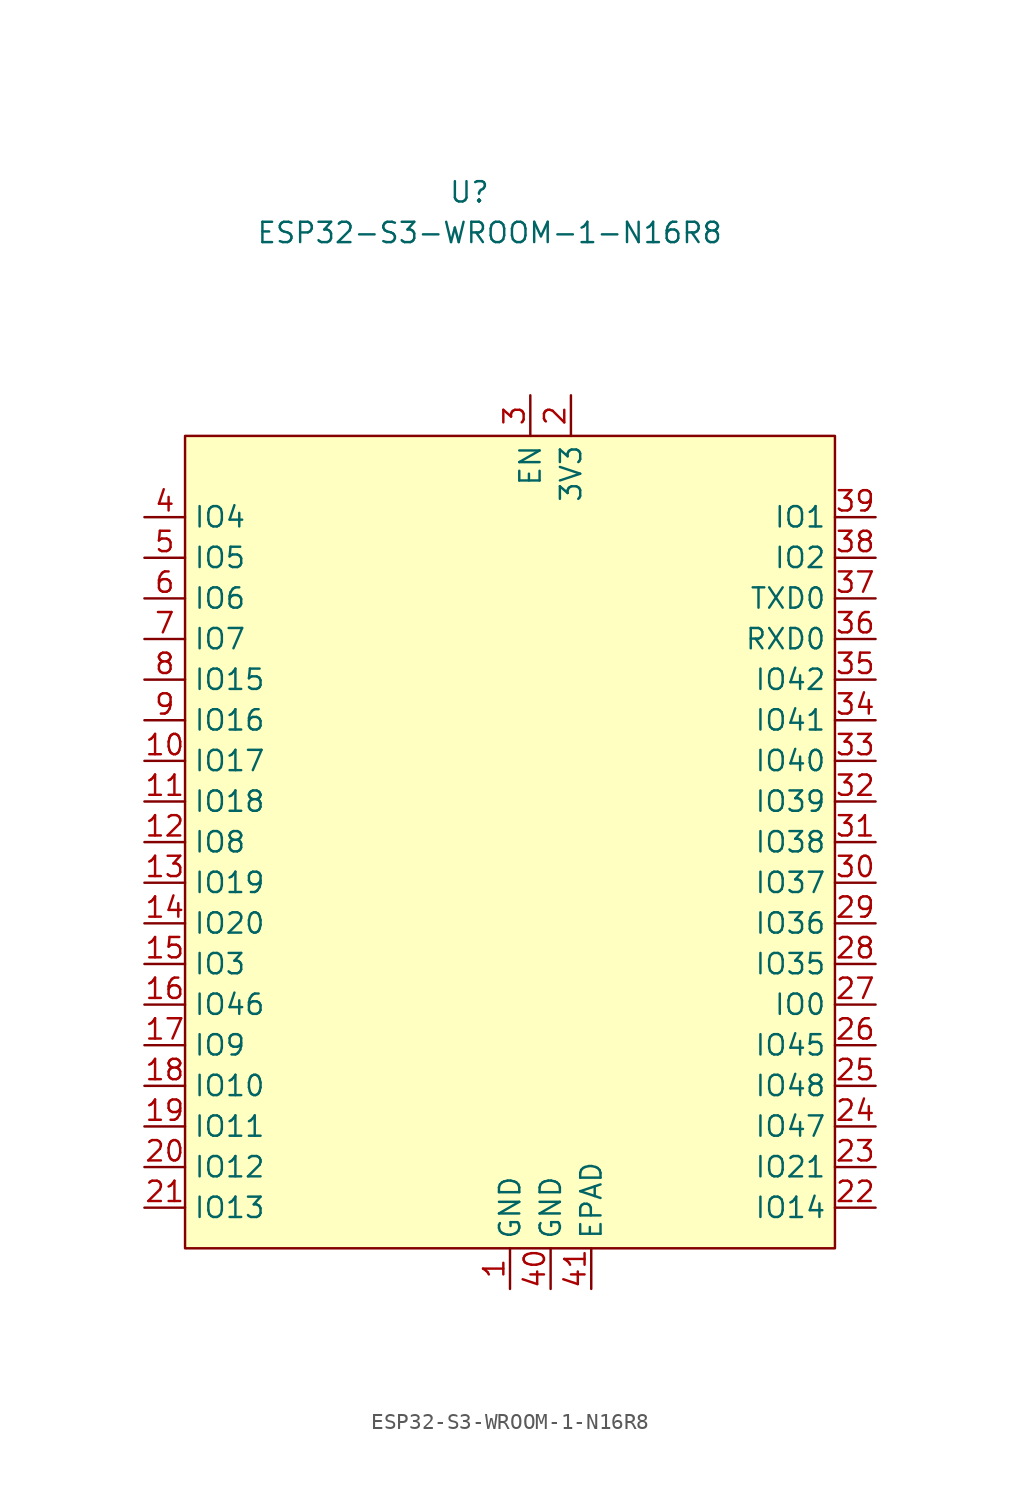
<source format=kicad_sym>
(kicad_symbol_lib
  (version 20220914)
  (generator kicad_symbol_editor)
  (symbol "ESP32-S3-WROOM-1-N16R8"
    (property "Reference" "U"
      (at -5.08 24.13 0)
      (effects (font (size 1.27 1.27))))
    (property "Value" "ESP32-S3-WROOM-1-N16R8"
      (at -3.81 21.59 0)
      (effects (font (size 1.27 1.27))))
    (symbol "ESP32-S3-WROOM-1-N16R8_1_1"
      (rectangle (start -22.86 8.89) (end 17.78 -41.91) (stroke (width 0) (type default)) (fill (type background)))
      (pin input line (at -2.54 -44.45 90) (length 2.54) (name "GND" (effects (font (size 1.27 1.27)))) (number "1" (effects (font (size 1.27 1.27)))))
      (pin input line (at -25.4 -11.43 0) (length 2.54) (name "IO17" (effects (font (size 1.27 1.27)))) (number "10" (effects (font (size 1.27 1.27)))))
      (pin input line (at -25.4 -13.97 0) (length 2.54) (name "IO18" (effects (font (size 1.27 1.27)))) (number "11" (effects (font (size 1.27 1.27)))))
      (pin input line (at -25.4 -16.51 0) (length 2.54) (name "IO8" (effects (font (size 1.27 1.27)))) (number "12" (effects (font (size 1.27 1.27)))))
      (pin input line (at -25.4 -19.05 0) (length 2.54) (name "IO19" (effects (font (size 1.27 1.27)))) (number "13" (effects (font (size 1.27 1.27)))))
      (pin input line (at -25.4 -21.59 0) (length 2.54) (name "IO20" (effects (font (size 1.27 1.27)))) (number "14" (effects (font (size 1.27 1.27)))))
      (pin input line (at -25.4 -24.13 0) (length 2.54) (name "IO3" (effects (font (size 1.27 1.27)))) (number "15" (effects (font (size 1.27 1.27)))))
      (pin input line (at -25.4 -26.67 0) (length 2.54) (name "IO46" (effects (font (size 1.27 1.27)))) (number "16" (effects (font (size 1.27 1.27)))))
      (pin input line (at -25.4 -29.21 0) (length 2.54) (name "IO9" (effects (font (size 1.27 1.27)))) (number "17" (effects (font (size 1.27 1.27)))))
      (pin input line (at -25.4 -31.75 0) (length 2.54) (name "IO10" (effects (font (size 1.27 1.27)))) (number "18" (effects (font (size 1.27 1.27)))))
      (pin input line (at -25.4 -34.29 0) (length 2.54) (name "IO11" (effects (font (size 1.27 1.27)))) (number "19" (effects (font (size 1.27 1.27)))))
      (pin input line (at 1.27 11.43 270) (length 2.54) (name "3V3" (effects (font (size 1.27 1.27)))) (number "2" (effects (font (size 1.27 1.27)))))
      (pin input line (at -25.4 -36.83 0) (length 2.54) (name "IO12" (effects (font (size 1.27 1.27)))) (number "20" (effects (font (size 1.27 1.27)))))
      (pin input line (at -25.4 -39.37 0) (length 2.54) (name "IO13" (effects (font (size 1.27 1.27)))) (number "21" (effects (font (size 1.27 1.27)))))
      (pin input line (at 20.32 -39.37 180) (length 2.54) (name "IO14" (effects (font (size 1.27 1.27)))) (number "22" (effects (font (size 1.27 1.27)))))
      (pin input line (at 20.32 -36.83 180) (length 2.54) (name "IO21" (effects (font (size 1.27 1.27)))) (number "23" (effects (font (size 1.27 1.27)))))
      (pin input line (at 20.32 -34.29 180) (length 2.54) (name "IO47" (effects (font (size 1.27 1.27)))) (number "24" (effects (font (size 1.27 1.27)))))
      (pin input line (at 20.32 -31.75 180) (length 2.54) (name "IO48" (effects (font (size 1.27 1.27)))) (number "25" (effects (font (size 1.27 1.27)))))
      (pin input line (at 20.32 -29.21 180) (length 2.54) (name "IO45" (effects (font (size 1.27 1.27)))) (number "26" (effects (font (size 1.27 1.27)))))
      (pin input line (at 20.32 -26.67 180) (length 2.54) (name "IO0" (effects (font (size 1.27 1.27)))) (number "27" (effects (font (size 1.27 1.27)))))
      (pin input line (at 20.32 -24.13 180) (length 2.54) (name "IO35" (effects (font (size 1.27 1.27)))) (number "28" (effects (font (size 1.27 1.27)))))
      (pin input line (at 20.32 -21.59 180) (length 2.54) (name "IO36" (effects (font (size 1.27 1.27)))) (number "29" (effects (font (size 1.27 1.27)))))
      (pin input line (at -1.27 11.43 270) (length 2.54) (name "EN" (effects (font (size 1.27 1.27)))) (number "3" (effects (font (size 1.27 1.27)))))
      (pin input line (at 20.32 -19.05 180) (length 2.54) (name "IO37" (effects (font (size 1.27 1.27)))) (number "30" (effects (font (size 1.27 1.27)))))
      (pin input line (at 20.32 -16.51 180) (length 2.54) (name "IO38" (effects (font (size 1.27 1.27)))) (number "31" (effects (font (size 1.27 1.27)))))
      (pin input line (at 20.32 -13.97 180) (length 2.54) (name "IO39" (effects (font (size 1.27 1.27)))) (number "32" (effects (font (size 1.27 1.27)))))
      (pin input line (at 20.32 -11.43 180) (length 2.54) (name "IO40" (effects (font (size 1.27 1.27)))) (number "33" (effects (font (size 1.27 1.27)))))
      (pin input line (at 20.32 -8.89 180) (length 2.54) (name "IO41" (effects (font (size 1.27 1.27)))) (number "34" (effects (font (size 1.27 1.27)))))
      (pin input line (at 20.32 -6.35 180) (length 2.54) (name "IO42" (effects (font (size 1.27 1.27)))) (number "35" (effects (font (size 1.27 1.27)))))
      (pin input line (at 20.32 -3.81 180) (length 2.54) (name "RXD0" (effects (font (size 1.27 1.27)))) (number "36" (effects (font (size 1.27 1.27)))))
      (pin input line (at 20.32 -1.27 180) (length 2.54) (name "TXD0" (effects (font (size 1.27 1.27)))) (number "37" (effects (font (size 1.27 1.27)))))
      (pin input line (at 20.32 1.27 180) (length 2.54) (name "IO2" (effects (font (size 1.27 1.27)))) (number "38" (effects (font (size 1.27 1.27)))))
      (pin input line (at 20.32 3.81 180) (length 2.54) (name "IO1" (effects (font (size 1.27 1.27)))) (number "39" (effects (font (size 1.27 1.27)))))
      (pin input line (at -25.4 3.81 0) (length 2.54) (name "IO4" (effects (font (size 1.27 1.27)))) (number "4" (effects (font (size 1.27 1.27)))))
      (pin input line (at 0 -44.45 90) (length 2.54) (name "GND" (effects (font (size 1.27 1.27)))) (number "40" (effects (font (size 1.27 1.27)))))
      (pin input line (at 2.54 -44.45 90) (length 2.54) (name "EPAD" (effects (font (size 1.27 1.27)))) (number "41" (effects (font (size 1.27 1.27)))))
      (pin input line (at -25.4 1.27 0) (length 2.54) (name "IO5" (effects (font (size 1.27 1.27)))) (number "5" (effects (font (size 1.27 1.27)))))
      (pin input line (at -25.4 -1.27 0) (length 2.54) (name "IO6" (effects (font (size 1.27 1.27)))) (number "6" (effects (font (size 1.27 1.27)))))
      (pin input line (at -25.4 -3.81 0) (length 2.54) (name "IO7" (effects (font (size 1.27 1.27)))) (number "7" (effects (font (size 1.27 1.27)))))
      (pin input line (at -25.4 -6.35 0) (length 2.54) (name "IO15" (effects (font (size 1.27 1.27)))) (number "8" (effects (font (size 1.27 1.27)))))
      (pin input line (at -25.4 -8.89 0) (length 2.54) (name "IO16" (effects (font (size 1.27 1.27)))) (number "9" (effects (font (size 1.27 1.27))))))))
</source>
